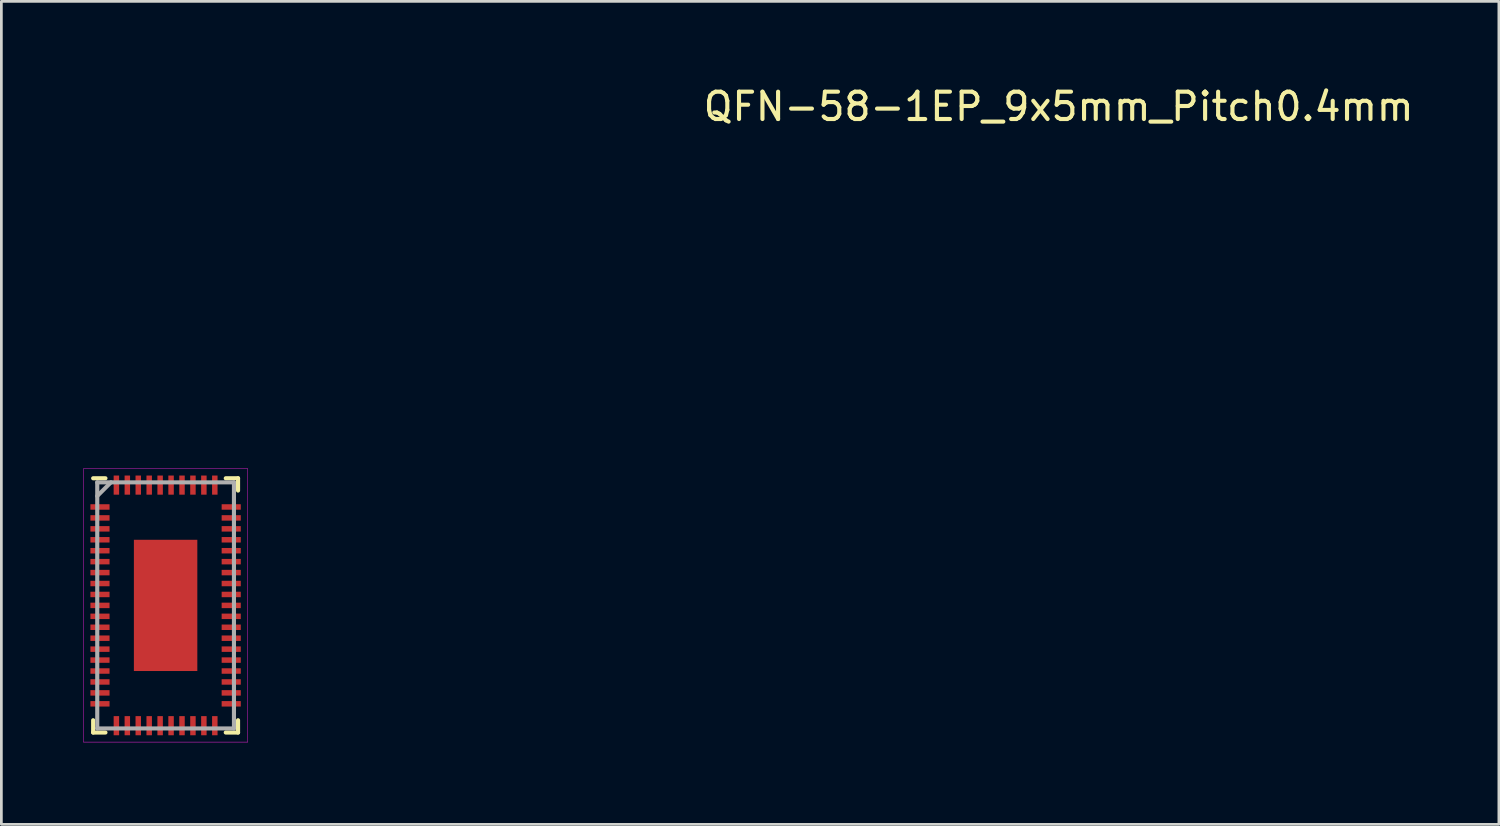
<source format=kicad_pcb>
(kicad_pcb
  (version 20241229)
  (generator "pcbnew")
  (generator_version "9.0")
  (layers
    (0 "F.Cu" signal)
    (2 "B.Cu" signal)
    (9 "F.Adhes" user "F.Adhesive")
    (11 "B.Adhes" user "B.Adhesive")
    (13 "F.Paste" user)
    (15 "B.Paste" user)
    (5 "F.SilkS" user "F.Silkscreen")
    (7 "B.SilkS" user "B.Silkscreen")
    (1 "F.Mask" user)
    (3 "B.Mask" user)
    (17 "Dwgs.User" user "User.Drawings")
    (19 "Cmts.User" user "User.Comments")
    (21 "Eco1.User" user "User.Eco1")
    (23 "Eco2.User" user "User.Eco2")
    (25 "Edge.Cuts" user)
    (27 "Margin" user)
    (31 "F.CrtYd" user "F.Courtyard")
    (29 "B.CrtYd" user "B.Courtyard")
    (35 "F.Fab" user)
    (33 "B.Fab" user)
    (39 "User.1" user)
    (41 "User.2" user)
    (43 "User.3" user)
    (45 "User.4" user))
  (footprint "QFN-58-1EP_9x5mm_Pitch0.4mm"
    (layer "F.Cu")
    (at 3.007 19.093)
    (property "Reference" "QFN-58-1EP_9x5mm_Pitch0.4mm" (at 32.664 -18.245 0) (layer "F.SilkS") (effects (font (size 1 1) (thickness 0.15))))
    (attr through_hole)
    (fp_line (start -2.65 -4.65) (end -2.2 -4.65) (stroke (width 0.15) (type solid)) (layer "F.SilkS"))
    (fp_line (start -2.65 4.65) (end -2.65 4.2) (stroke (width 0.15) (type solid)) (layer "F.SilkS"))
    (fp_line (start -2.65 4.65) (end -2.2 4.65) (stroke (width 0.15) (type solid)) (layer "F.SilkS"))
    (fp_line (start 2.65 -4.65) (end 2.2 -4.65) (stroke (width 0.15) (type solid)) (layer "F.SilkS"))
    (fp_line (start 2.65 -4.65) (end 2.65 -4.2) (stroke (width 0.15) (type solid)) (layer "F.SilkS"))
    (fp_line (start 2.65 4.65) (end 2.2 4.65) (stroke (width 0.15) (type solid)) (layer "F.SilkS"))
    (fp_line (start 2.65 4.65) (end 2.65 4.2) (stroke (width 0.15) (type solid)) (layer "F.SilkS"))
    (fp_line (start -3 -5) (end 3 -5) (stroke (width 0.015) (type solid)) (layer "F.CrtYd"))
    (fp_line (start -3 5) (end -3 -5) (stroke (width 0.015) (type solid)) (layer "F.CrtYd"))
    (fp_line (start 3 -5) (end 3 5) (stroke (width 0.015) (type solid)) (layer "F.CrtYd"))
    (fp_line (start 3 5) (end -3 5) (stroke (width 0.015) (type solid)) (layer "F.CrtYd"))
    (fp_line (start -2.5 -4.5) (end 2.5 -4.5) (stroke (width 0.15) (type solid)) (layer "F.Fab"))
    (fp_line (start -2.5 -4) (end -2 -4.5) (stroke (width 0.15) (type solid)) (layer "F.Fab"))
    (fp_line (start -2.5 4.5) (end -2.5 -4.5) (stroke (width 0.15) (type solid)) (layer "F.Fab"))
    (fp_line (start 2.5 -4.5) (end 2.5 4.5) (stroke (width 0.15) (type solid)) (layer "F.Fab"))
    (fp_line (start 2.5 4.5) (end -2.5 4.5) (stroke (width 0.15) (type solid)) (layer "F.Fab"))
    (pad "1" smd rect (at -2.4 -3.6) (size 0.7 0.2) (layers "F.Cu" "F.Mask" "F.Paste"))
    (pad "2" smd rect (at -2.4 -3.2) (size 0.7 0.2) (layers "F.Cu" "F.Mask" "F.Paste"))
    (pad "3" smd rect (at -2.4 -2.8) (size 0.7 0.2) (layers "F.Cu" "F.Mask" "F.Paste"))
    (pad "4" smd rect (at -2.4 -2.4) (size 0.7 0.2) (layers "F.Cu" "F.Mask" "F.Paste"))
    (pad "5" smd rect (at -2.4 -2) (size 0.7 0.2) (layers "F.Cu" "F.Mask" "F.Paste"))
    (pad "6" smd rect (at -2.4 -1.6) (size 0.7 0.2) (layers "F.Cu" "F.Mask" "F.Paste"))
    (pad "7" smd rect (at -2.4 -1.2) (size 0.7 0.2) (layers "F.Cu" "F.Mask" "F.Paste"))
    (pad "8" smd rect (at -2.4 -0.8) (size 0.7 0.2) (layers "F.Cu" "F.Mask" "F.Paste"))
    (pad "9" smd rect (at -2.4 -0.4) (size 0.7 0.2) (layers "F.Cu" "F.Mask" "F.Paste"))
    (pad "10" smd rect (at -2.4 0) (size 0.7 0.2) (layers "F.Cu" "F.Mask" "F.Paste"))
    (pad "11" smd rect (at -2.4 0.4) (size 0.7 0.2) (layers "F.Cu" "F.Mask" "F.Paste"))
    (pad "12" smd rect (at -2.4 0.8) (size 0.7 0.2) (layers "F.Cu" "F.Mask" "F.Paste"))
    (pad "13" smd rect (at -2.4 1.2) (size 0.7 0.2) (layers "F.Cu" "F.Mask" "F.Paste"))
    (pad "14" smd rect (at -2.4 1.6) (size 0.7 0.2) (layers "F.Cu" "F.Mask" "F.Paste"))
    (pad "15" smd rect (at -2.4 2) (size 0.7 0.2) (layers "F.Cu" "F.Mask" "F.Paste"))
    (pad "16" smd rect (at -2.4 2.4) (size 0.7 0.2) (layers "F.Cu" "F.Mask" "F.Paste"))
    (pad "17" smd rect (at -2.4 2.8) (size 0.7 0.2) (layers "F.Cu" "F.Mask" "F.Paste"))
    (pad "18" smd rect (at -2.4 3.2) (size 0.7 0.2) (layers "F.Cu" "F.Mask" "F.Paste"))
    (pad "19" smd rect (at -2.4 3.6) (size 0.7 0.2) (layers "F.Cu" "F.Mask" "F.Paste"))
    (pad "20" smd rect (at -1.8 4.4 90) (size 0.7 0.2) (layers "F.Cu" "F.Mask" "F.Paste"))
    (pad "21" smd rect (at -1.4 4.4 90) (size 0.7 0.2) (layers "F.Cu" "F.Mask" "F.Paste"))
    (pad "22" smd rect (at -1 4.4 90) (size 0.7 0.2) (layers "F.Cu" "F.Mask" "F.Paste"))
    (pad "23" smd rect (at -0.6 4.4 90) (size 0.7 0.2) (layers "F.Cu" "F.Mask" "F.Paste"))
    (pad "24" smd rect (at -0.2 4.4 90) (size 0.7 0.2) (layers "F.Cu" "F.Mask" "F.Paste"))
    (pad "25" smd rect (at 0.2 4.4 90) (size 0.7 0.2) (layers "F.Cu" "F.Mask" "F.Paste"))
    (pad "26" smd rect (at 0.6 4.4 90) (size 0.7 0.2) (layers "F.Cu" "F.Mask" "F.Paste"))
    (pad "27" smd rect (at 1 4.4 90) (size 0.7 0.2) (layers "F.Cu" "F.Mask" "F.Paste"))
    (pad "28" smd rect (at 1.4 4.4 90) (size 0.7 0.2) (layers "F.Cu" "F.Mask" "F.Paste"))
    (pad "29" smd rect (at 1.8 4.4 90) (size 0.7 0.2) (layers "F.Cu" "F.Mask" "F.Paste"))
    (pad "30" smd rect (at 2.4 3.6) (size 0.7 0.2) (layers "F.Cu" "F.Mask" "F.Paste"))
    (pad "31" smd rect (at 2.4 3.2) (size 0.7 0.2) (layers "F.Cu" "F.Mask" "F.Paste"))
    (pad "32" smd rect (at 2.4 2.8) (size 0.7 0.2) (layers "F.Cu" "F.Mask" "F.Paste"))
    (pad "33" smd rect (at 2.4 2.4) (size 0.7 0.2) (layers "F.Cu" "F.Mask" "F.Paste"))
    (pad "34" smd rect (at 2.4 2) (size 0.7 0.2) (layers "F.Cu" "F.Mask" "F.Paste"))
    (pad "35" smd rect (at 2.4 1.6) (size 0.7 0.2) (layers "F.Cu" "F.Mask" "F.Paste"))
    (pad "36" smd rect (at 2.4 1.2) (size 0.7 0.2) (layers "F.Cu" "F.Mask" "F.Paste"))
    (pad "37" smd rect (at 2.4 0.8) (size 0.7 0.2) (layers "F.Cu" "F.Mask" "F.Paste"))
    (pad "38" smd rect (at 2.4 0.4) (size 0.7 0.2) (layers "F.Cu" "F.Mask" "F.Paste"))
    (pad "39" smd rect (at 2.4 0) (size 0.7 0.2) (layers "F.Cu" "F.Mask" "F.Paste"))
    (pad "40" smd rect (at 2.4 -0.4) (size 0.7 0.2) (layers "F.Cu" "F.Mask" "F.Paste"))
    (pad "41" smd rect (at 2.4 -0.8) (size 0.7 0.2) (layers "F.Cu" "F.Mask" "F.Paste"))
    (pad "42" smd rect (at 2.4 -1.2) (size 0.7 0.2) (layers "F.Cu" "F.Mask" "F.Paste"))
    (pad "43" smd rect (at 2.4 -1.6) (size 0.7 0.2) (layers "F.Cu" "F.Mask" "F.Paste"))
    (pad "44" smd rect (at 2.4 -2) (size 0.7 0.2) (layers "F.Cu" "F.Mask" "F.Paste"))
    (pad "45" smd rect (at 2.4 -2.4) (size 0.7 0.2) (layers "F.Cu" "F.Mask" "F.Paste"))
    (pad "46" smd rect (at 2.4 -2.8) (size 0.7 0.2) (layers "F.Cu" "F.Mask" "F.Paste"))
    (pad "47" smd rect (at 2.4 -3.2) (size 0.7 0.2) (layers "F.Cu" "F.Mask" "F.Paste"))
    (pad "48" smd rect (at 2.4 -3.6) (size 0.7 0.2) (layers "F.Cu" "F.Mask" "F.Paste"))
    (pad "49" smd rect (at 1.8 -4.4 90) (size 0.7 0.2) (layers "F.Cu" "F.Mask" "F.Paste"))
    (pad "50" smd rect (at 1.4 -4.4 90) (size 0.7 0.2) (layers "F.Cu" "F.Mask" "F.Paste"))
    (pad "51" smd rect (at 1 -4.4 90) (size 0.7 0.2) (layers "F.Cu" "F.Mask" "F.Paste"))
    (pad "52" smd rect (at 0.6 -4.4 90) (size 0.7 0.2) (layers "F.Cu" "F.Mask" "F.Paste"))
    (pad "53" smd rect (at 0.2 -4.4 90) (size 0.7 0.2) (layers "F.Cu" "F.Mask" "F.Paste"))
    (pad "54" smd rect (at -0.2 -4.4 90) (size 0.7 0.2) (layers "F.Cu" "F.Mask" "F.Paste"))
    (pad "55" smd rect (at -0.6 -4.4 90) (size 0.7 0.2) (layers "F.Cu" "F.Mask" "F.Paste"))
    (pad "56" smd rect (at -1 -4.4 90) (size 0.7 0.2) (layers "F.Cu" "F.Mask" "F.Paste"))
    (pad "57" smd rect (at -1.4 -4.4 90) (size 0.7 0.2) (layers "F.Cu" "F.Mask" "F.Paste"))
    (pad "58" smd rect (at -1.8 -4.4 90) (size 0.7 0.2) (layers "F.Cu" "F.Mask" "F.Paste"))
    (pad "59" smd rect (at 0 0 180) (size 2.32 4.8) (layers "F.Cu" "F.Mask" "F.Paste")))
  (gr_rect
    (start -3 -3)
    (end 51.773 27.101)
    (stroke (width 0.1) (type default))
    (fill no)
    (layer "Edge.Cuts")))
</source>
